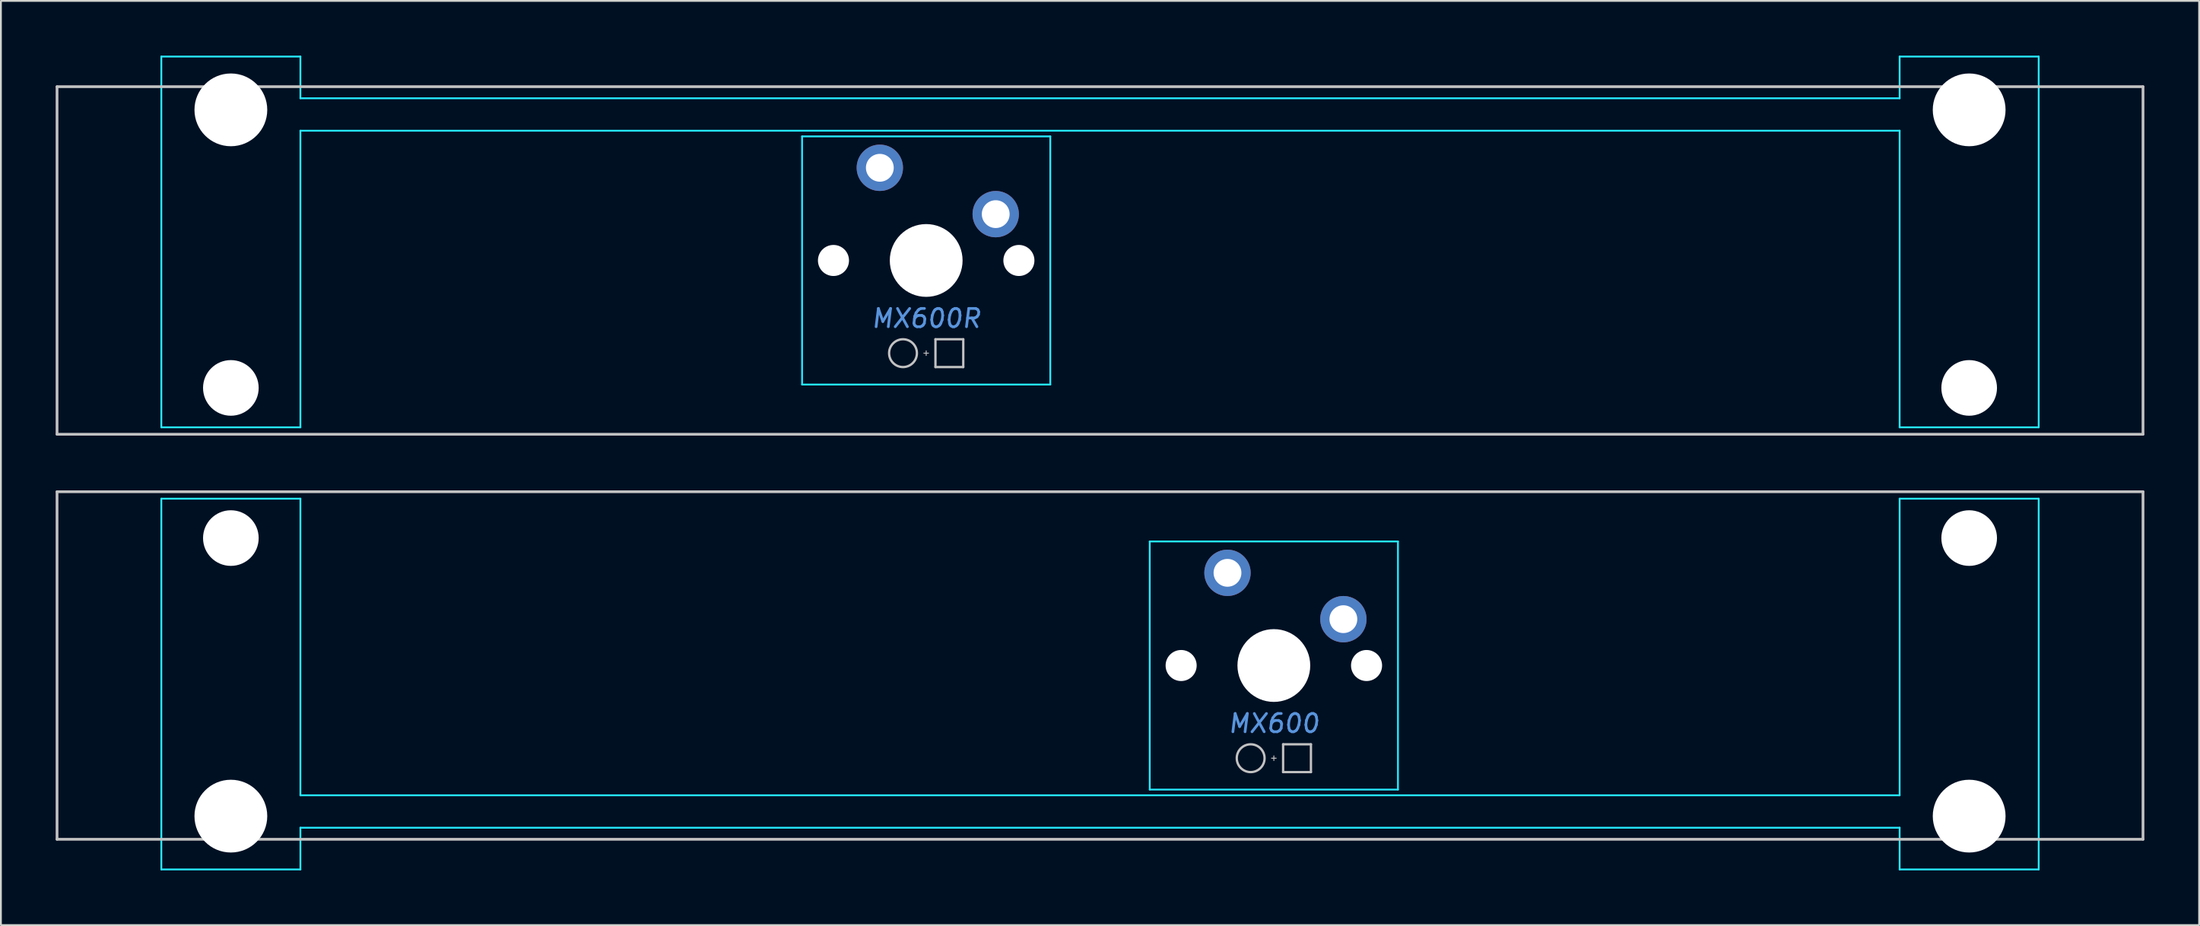
<source format=kicad_pcb>
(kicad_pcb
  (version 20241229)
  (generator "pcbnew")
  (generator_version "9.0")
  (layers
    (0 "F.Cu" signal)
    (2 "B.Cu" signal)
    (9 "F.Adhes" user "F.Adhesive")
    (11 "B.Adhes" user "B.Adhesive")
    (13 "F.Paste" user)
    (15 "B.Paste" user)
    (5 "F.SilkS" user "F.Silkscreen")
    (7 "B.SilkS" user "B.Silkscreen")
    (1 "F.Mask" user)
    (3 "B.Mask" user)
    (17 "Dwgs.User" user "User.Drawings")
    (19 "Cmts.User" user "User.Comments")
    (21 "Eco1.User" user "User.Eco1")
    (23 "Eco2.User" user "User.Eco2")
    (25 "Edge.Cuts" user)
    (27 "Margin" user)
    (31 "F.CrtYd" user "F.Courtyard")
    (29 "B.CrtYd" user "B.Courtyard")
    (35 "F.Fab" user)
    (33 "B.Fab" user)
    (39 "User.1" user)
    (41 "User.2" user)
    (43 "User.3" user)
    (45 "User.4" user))
  (footprint "MX600"
    (layer "F.Cu")
    (at 66.75 33.426)
    (property "Reference" "MX600" (at 0 3.175 0) (layer "Cmts.User") (effects (font (size 1 1) (thickness 0.15) (italic yes))))
    (attr through_hole)
    (fp_line (start -66.675 -9.525) (end 47.625 -9.525) (stroke (width 0.15) (type solid)) (layer "Dwgs.User"))
    (fp_line (start -66.675 9.525) (end -66.675 -9.525) (stroke (width 0.15) (type solid)) (layer "Dwgs.User"))
    (fp_line (start -66.675 9.525) (end 47.625 9.525) (stroke (width 0.15) (type solid)) (layer "Dwgs.User"))
    (fp_line (start -0.127 5.08) (end 0.127 5.08) (stroke (width 0.051) (type solid)) (layer "Dwgs.User"))
    (fp_line (start 0 5.207) (end 0 4.953) (stroke (width 0.051) (type solid)) (layer "Dwgs.User"))
    (fp_line (start 0.508 4.318) (end 0.508 5.842) (stroke (width 0.127) (type solid)) (layer "Dwgs.User"))
    (fp_line (start 0.508 4.318) (end 2.032 4.318) (stroke (width 0.127) (type solid)) (layer "Dwgs.User"))
    (fp_line (start 0.508 5.842) (end 2.032 5.842) (stroke (width 0.127) (type solid)) (layer "Dwgs.User"))
    (fp_line (start 2.032 5.842) (end 2.032 4.318) (stroke (width 0.127) (type solid)) (layer "Dwgs.User"))
    (fp_line (start 47.625 -9.525) (end 47.625 9.525) (stroke (width 0.15) (type solid)) (layer "Dwgs.User"))
    (fp_circle (center -1.27 5.08) (end -0.508 5.08) (stroke (width 0.127) (type solid)) (fill no) (layer "Dwgs.User"))
    (fp_line (start -60.65 -5.485) (end -60.65 8.515) (stroke (width 0.1) (type solid)) (layer "Eco1.User"))
    (fp_line (start -60.15 -5.985) (end -54.15 -5.985) (stroke (width 0.1) (type solid)) (layer "Eco1.User"))
    (fp_line (start -54.15 9.015) (end -60.15 9.015) (stroke (width 0.1) (type solid)) (layer "Eco1.User"))
    (fp_line (start -53.65 8.515) (end -53.65 -5.485) (stroke (width 0.1) (type solid)) (layer "Eco1.User"))
    (fp_line (start -7 -6.5) (end -7 6.5) (stroke (width 0.1) (type solid)) (layer "Eco1.User"))
    (fp_line (start -6.5 7) (end 6.5 7) (stroke (width 0.1) (type solid)) (layer "Eco1.User"))
    (fp_line (start 6.5 -7) (end -6.5 -7) (stroke (width 0.1) (type solid)) (layer "Eco1.User"))
    (fp_line (start 7 6.5) (end 7 -6.5) (stroke (width 0.1) (type solid)) (layer "Eco1.User"))
    (fp_line (start 34.6 -5.485) (end 34.6 8.515) (stroke (width 0.1) (type solid)) (layer "Eco1.User"))
    (fp_line (start 35.1 -5.985) (end 41.1 -5.985) (stroke (width 0.1) (type solid)) (layer "Eco1.User"))
    (fp_line (start 41.1 9.015) (end 35.1 9.015) (stroke (width 0.1) (type solid)) (layer "Eco1.User"))
    (fp_line (start 41.6 8.515) (end 41.6 -5.485) (stroke (width 0.1) (type solid)) (layer "Eco1.User"))
    (fp_arc (start -60.65 -5.485) (mid -60.503553 -5.838553) (end -60.15 -5.985) (stroke (width 0.1) (type solid)) (layer "Eco1.User"))
    (fp_arc (start -60.15 9.015) (mid -60.503553 8.868553) (end -60.65 8.515) (stroke (width 0.1) (type solid)) (layer "Eco1.User"))
    (fp_arc (start -54.15 -5.985) (mid -53.796447 -5.838553) (end -53.65 -5.485) (stroke (width 0.1) (type solid)) (layer "Eco1.User"))
    (fp_arc (start -53.65 8.515) (mid -53.796447 8.868553) (end -54.15 9.015) (stroke (width 0.1) (type solid)) (layer "Eco1.User"))
    (fp_arc (start -7 -6.5) (mid -6.853553 -6.853553) (end -6.5 -7) (stroke (width 0.1) (type solid)) (layer "Eco1.User"))
    (fp_arc (start -6.5 7) (mid -6.853553 6.853553) (end -7 6.5) (stroke (width 0.1) (type solid)) (layer "Eco1.User"))
    (fp_arc (start 6.5 -7) (mid 6.853553 -6.853553) (end 7 -6.5) (stroke (width 0.1) (type solid)) (layer "Eco1.User"))
    (fp_arc (start 7 6.5) (mid 6.853553 6.853553) (end 6.5 7) (stroke (width 0.1) (type solid)) (layer "Eco1.User"))
    (fp_arc (start 34.6 -5.485) (mid 34.746447 -5.838553) (end 35.1 -5.985) (stroke (width 0.1) (type solid)) (layer "Eco1.User"))
    (fp_arc (start 35.1 9.015) (mid 34.746447 8.868553) (end 34.6 8.515) (stroke (width 0.1) (type solid)) (layer "Eco1.User"))
    (fp_arc (start 41.1 -5.985) (mid 41.453553 -5.838553) (end 41.6 -5.485) (stroke (width 0.1) (type solid)) (layer "Eco1.User"))
    (fp_arc (start 41.6 8.515) (mid 41.453553 8.868553) (end 41.1 9.015) (stroke (width 0.1) (type solid)) (layer "Eco1.User"))
    (fp_line (start -60.96 -9.144) (end -60.96 11.176) (stroke (width 0.1) (type solid)) (layer "B.CrtYd"))
    (fp_line (start -60.96 -9.144) (end -53.34 -9.144) (stroke (width 0.1) (type solid)) (layer "B.CrtYd"))
    (fp_line (start -60.96 11.176) (end -53.34 11.176) (stroke (width 0.1) (type solid)) (layer "B.CrtYd"))
    (fp_line (start -53.34 7.112) (end -53.34 -9.144) (stroke (width 0.1) (type solid)) (layer "B.CrtYd"))
    (fp_line (start -53.34 7.112) (end 34.29 7.112) (stroke (width 0.1) (type solid)) (layer "B.CrtYd"))
    (fp_line (start -53.34 8.89) (end -53.34 11.176) (stroke (width 0.1) (type solid)) (layer "B.CrtYd"))
    (fp_line (start -53.34 8.89) (end 34.29 8.89) (stroke (width 0.1) (type solid)) (layer "B.CrtYd"))
    (fp_line (start -6.8 -6.8) (end -6.8 6.8) (stroke (width 0.1) (type solid)) (layer "B.CrtYd"))
    (fp_line (start -6.8 -6.8) (end 6.8 -6.8) (stroke (width 0.1) (type solid)) (layer "B.CrtYd"))
    (fp_line (start -6.8 6.8) (end 6.8 6.8) (stroke (width 0.1) (type solid)) (layer "B.CrtYd"))
    (fp_line (start 6.8 6.8) (end 6.8 -6.8) (stroke (width 0.1) (type solid)) (layer "B.CrtYd"))
    (fp_line (start 34.29 -9.144) (end 41.91 -9.144) (stroke (width 0.1) (type solid)) (layer "B.CrtYd"))
    (fp_line (start 34.29 7.112) (end 34.29 -9.144) (stroke (width 0.1) (type solid)) (layer "B.CrtYd"))
    (fp_line (start 34.29 8.89) (end 34.29 11.176) (stroke (width 0.1) (type solid)) (layer "B.CrtYd"))
    (fp_line (start 34.29 11.176) (end 41.91 11.176) (stroke (width 0.1) (type solid)) (layer "B.CrtYd"))
    (fp_line (start 41.91 -9.144) (end 41.91 11.176) (stroke (width 0.1) (type solid)) (layer "B.CrtYd"))
    (pad "" np_thru_hole circle (at -57.15 -6.985 180) (size 3.048 3.048) (drill 3.048) (layers "*.Cu" "*.Mask"))
    (pad "" np_thru_hole circle (at -57.15 8.255 180) (size 3.988 3.988) (drill 3.988) (layers "*.Cu" "*.Mask"))
    (pad "" np_thru_hole circle (at -5.08 0) (size 1.702 1.702) (drill 1.702) (layers "*.Cu" "*.Mask"))
    (pad "" connect circle (at -2.54 -5.08) (size 1.524 1.524) (layers "B.Mask"))
    (pad "" np_thru_hole circle (at 0 0) (size 3.988 3.988) (drill 3.988) (layers "*.Cu" "*.Mask"))
    (pad "" connect circle (at 3.81 -2.54) (size 1.524 1.524) (layers "B.Mask"))
    (pad "" np_thru_hole circle (at 5.08 0) (size 1.702 1.702) (drill 1.702) (layers "*.Cu" "*.Mask"))
    (pad "" np_thru_hole circle (at 38.1 -6.985 180) (size 3.048 3.048) (drill 3.048) (layers "*.Cu" "*.Mask"))
    (pad "" np_thru_hole circle (at 38.1 8.255 180) (size 3.988 3.988) (drill 3.988) (layers "*.Cu" "*.Mask"))
    (pad "1" thru_hole circle (at -2.54 -5.08) (size 2.54 2.54) (drill 1.524) (layers "*.Cu" "F.Mask"))
    (pad "2" thru_hole circle (at 3.81 -2.54) (size 2.54 2.54) (drill 1.524) (layers "*.Cu" "F.Mask")))
  (footprint "MX600R"
    (layer "F.Cu")
    (at 47.7 11.226)
    (property "Reference" "MX600R" (at 0 3.175 0) (layer "Cmts.User") (effects (font (size 1 1) (thickness 0.15) (italic yes))))
    (attr through_hole)
    (fp_line (start -47.625 9.525) (end -47.625 -9.525) (stroke (width 0.15) (type solid)) (layer "Dwgs.User"))
    (fp_line (start -0.127 5.08) (end 0.127 5.08) (stroke (width 0.051) (type solid)) (layer "Dwgs.User"))
    (fp_line (start 0 5.207) (end 0 4.953) (stroke (width 0.051) (type solid)) (layer "Dwgs.User"))
    (fp_line (start 0.508 4.318) (end 0.508 5.842) (stroke (width 0.127) (type solid)) (layer "Dwgs.User"))
    (fp_line (start 0.508 4.318) (end 2.032 4.318) (stroke (width 0.127) (type solid)) (layer "Dwgs.User"))
    (fp_line (start 0.508 5.842) (end 2.032 5.842) (stroke (width 0.127) (type solid)) (layer "Dwgs.User"))
    (fp_line (start 2.032 5.842) (end 2.032 4.318) (stroke (width 0.127) (type solid)) (layer "Dwgs.User"))
    (fp_line (start 66.675 -9.525) (end -47.625 -9.525) (stroke (width 0.15) (type solid)) (layer "Dwgs.User"))
    (fp_line (start 66.675 -9.525) (end 66.675 9.525) (stroke (width 0.15) (type solid)) (layer "Dwgs.User"))
    (fp_line (start 66.675 9.525) (end -47.625 9.525) (stroke (width 0.15) (type solid)) (layer "Dwgs.User"))
    (fp_circle (center -1.27 5.08) (end -0.508 5.08) (stroke (width 0.127) (type solid)) (fill no) (layer "Dwgs.User"))
    (fp_line (start -41.6 -8.515) (end -41.6 5.485) (stroke (width 0.1) (type solid)) (layer "Eco1.User"))
    (fp_line (start -41.1 -9.015) (end -35.1 -9.015) (stroke (width 0.1) (type solid)) (layer "Eco1.User"))
    (fp_line (start -35.1 5.985) (end -41.1 5.985) (stroke (width 0.1) (type solid)) (layer "Eco1.User"))
    (fp_line (start -34.6 5.485) (end -34.6 -8.515) (stroke (width 0.1) (type solid)) (layer "Eco1.User"))
    (fp_line (start -7 -6.5) (end -7 6.5) (stroke (width 0.1) (type solid)) (layer "Eco1.User"))
    (fp_line (start -6.5 7) (end 6.5 7) (stroke (width 0.1) (type solid)) (layer "Eco1.User"))
    (fp_line (start 6.5 -7) (end -6.5 -7) (stroke (width 0.1) (type solid)) (layer "Eco1.User"))
    (fp_line (start 7 6.5) (end 7 -6.5) (stroke (width 0.1) (type solid)) (layer "Eco1.User"))
    (fp_line (start 53.65 -8.515) (end 53.65 5.485) (stroke (width 0.1) (type solid)) (layer "Eco1.User"))
    (fp_line (start 54.15 -9.015) (end 60.15 -9.015) (stroke (width 0.1) (type solid)) (layer "Eco1.User"))
    (fp_line (start 60.15 5.985) (end 54.15 5.985) (stroke (width 0.1) (type solid)) (layer "Eco1.User"))
    (fp_line (start 60.65 5.485) (end 60.65 -8.515) (stroke (width 0.1) (type solid)) (layer "Eco1.User"))
    (fp_arc (start -41.6 -8.515) (mid -41.453553 -8.868553) (end -41.1 -9.015) (stroke (width 0.1) (type solid)) (layer "Eco1.User"))
    (fp_arc (start -41.1 5.985) (mid -41.453553 5.838553) (end -41.6 5.485) (stroke (width 0.1) (type solid)) (layer "Eco1.User"))
    (fp_arc (start -35.1 -9.015) (mid -34.746447 -8.868553) (end -34.6 -8.515) (stroke (width 0.1) (type solid)) (layer "Eco1.User"))
    (fp_arc (start -34.6 5.485) (mid -34.746447 5.838553) (end -35.1 5.985) (stroke (width 0.1) (type solid)) (layer "Eco1.User"))
    (fp_arc (start -7 -6.5) (mid -6.853553 -6.853553) (end -6.5 -7) (stroke (width 0.1) (type solid)) (layer "Eco1.User"))
    (fp_arc (start -6.5 7) (mid -6.853553 6.853553) (end -7 6.5) (stroke (width 0.1) (type solid)) (layer "Eco1.User"))
    (fp_arc (start 6.5 -7) (mid 6.853553 -6.853553) (end 7 -6.5) (stroke (width 0.1) (type solid)) (layer "Eco1.User"))
    (fp_arc (start 7 6.5) (mid 6.853553 6.853553) (end 6.5 7) (stroke (width 0.1) (type solid)) (layer "Eco1.User"))
    (fp_arc (start 53.65 -8.515) (mid 53.796447 -8.868553) (end 54.15 -9.015) (stroke (width 0.1) (type solid)) (layer "Eco1.User"))
    (fp_arc (start 54.15 5.985) (mid 53.796447 5.838553) (end 53.65 5.485) (stroke (width 0.1) (type solid)) (layer "Eco1.User"))
    (fp_arc (start 60.15 -9.015) (mid 60.503553 -8.868553) (end 60.65 -8.515) (stroke (width 0.1) (type solid)) (layer "Eco1.User"))
    (fp_arc (start 60.65 5.485) (mid 60.503553 5.838553) (end 60.15 5.985) (stroke (width 0.1) (type solid)) (layer "Eco1.User"))
    (fp_line (start -41.91 9.144) (end -41.91 -11.176) (stroke (width 0.1) (type solid)) (layer "B.CrtYd"))
    (fp_line (start -34.29 -11.176) (end -41.91 -11.176) (stroke (width 0.1) (type solid)) (layer "B.CrtYd"))
    (fp_line (start -34.29 -8.89) (end -34.29 -11.176) (stroke (width 0.1) (type solid)) (layer "B.CrtYd"))
    (fp_line (start -34.29 -7.112) (end -34.29 9.144) (stroke (width 0.1) (type solid)) (layer "B.CrtYd"))
    (fp_line (start -34.29 9.144) (end -41.91 9.144) (stroke (width 0.1) (type solid)) (layer "B.CrtYd"))
    (fp_line (start -6.8 -6.8) (end -6.8 6.8) (stroke (width 0.1) (type solid)) (layer "B.CrtYd"))
    (fp_line (start -6.8 -6.8) (end 6.8 -6.8) (stroke (width 0.1) (type solid)) (layer "B.CrtYd"))
    (fp_line (start -6.8 6.8) (end 6.8 6.8) (stroke (width 0.1) (type solid)) (layer "B.CrtYd"))
    (fp_line (start 6.8 6.8) (end 6.8 -6.8) (stroke (width 0.1) (type solid)) (layer "B.CrtYd"))
    (fp_line (start 53.34 -8.89) (end -34.29 -8.89) (stroke (width 0.1) (type solid)) (layer "B.CrtYd"))
    (fp_line (start 53.34 -8.89) (end 53.34 -11.176) (stroke (width 0.1) (type solid)) (layer "B.CrtYd"))
    (fp_line (start 53.34 -7.112) (end -34.29 -7.112) (stroke (width 0.1) (type solid)) (layer "B.CrtYd"))
    (fp_line (start 53.34 -7.112) (end 53.34 9.144) (stroke (width 0.1) (type solid)) (layer "B.CrtYd"))
    (fp_line (start 60.96 -11.176) (end 53.34 -11.176) (stroke (width 0.1) (type solid)) (layer "B.CrtYd"))
    (fp_line (start 60.96 9.144) (end 53.34 9.144) (stroke (width 0.1) (type solid)) (layer "B.CrtYd"))
    (fp_line (start 60.96 9.144) (end 60.96 -11.176) (stroke (width 0.1) (type solid)) (layer "B.CrtYd"))
    (pad "" np_thru_hole circle (at -38.1 -8.255) (size 3.988 3.988) (drill 3.988) (layers "*.Cu" "*.Mask"))
    (pad "" np_thru_hole circle (at -38.1 6.985) (size 3.048 3.048) (drill 3.048) (layers "*.Cu" "*.Mask"))
    (pad "" np_thru_hole circle (at -5.08 0) (size 1.702 1.702) (drill 1.702) (layers "*.Cu" "*.Mask"))
    (pad "" connect circle (at -2.54 -5.08) (size 1.524 1.524) (layers "B.Mask"))
    (pad "" np_thru_hole circle (at 0 0) (size 3.988 3.988) (drill 3.988) (layers "*.Cu" "*.Mask"))
    (pad "" connect circle (at 3.81 -2.54) (size 1.524 1.524) (layers "B.Mask"))
    (pad "" np_thru_hole circle (at 5.08 0) (size 1.702 1.702) (drill 1.702) (layers "*.Cu" "*.Mask"))
    (pad "" np_thru_hole circle (at 57.15 -8.255) (size 3.988 3.988) (drill 3.988) (layers "*.Cu" "*.Mask"))
    (pad "" np_thru_hole circle (at 57.15 6.985) (size 3.048 3.048) (drill 3.048) (layers "*.Cu" "*.Mask"))
    (pad "1" thru_hole circle (at -2.54 -5.08) (size 2.54 2.54) (drill 1.524) (layers "*.Cu" "F.Mask"))
    (pad "2" thru_hole circle (at 3.81 -2.54) (size 2.54 2.54) (drill 1.524) (layers "*.Cu" "F.Mask")))
  (gr_rect
    (start -3 -3)
    (end 117.45 47.652)
    (stroke (width 0.1) (type default))
    (fill no)
    (layer "Edge.Cuts")))
</source>
